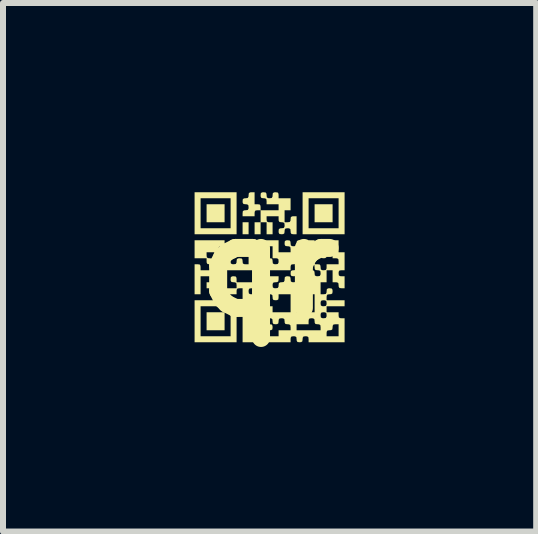
<source format=kicad_pcb>
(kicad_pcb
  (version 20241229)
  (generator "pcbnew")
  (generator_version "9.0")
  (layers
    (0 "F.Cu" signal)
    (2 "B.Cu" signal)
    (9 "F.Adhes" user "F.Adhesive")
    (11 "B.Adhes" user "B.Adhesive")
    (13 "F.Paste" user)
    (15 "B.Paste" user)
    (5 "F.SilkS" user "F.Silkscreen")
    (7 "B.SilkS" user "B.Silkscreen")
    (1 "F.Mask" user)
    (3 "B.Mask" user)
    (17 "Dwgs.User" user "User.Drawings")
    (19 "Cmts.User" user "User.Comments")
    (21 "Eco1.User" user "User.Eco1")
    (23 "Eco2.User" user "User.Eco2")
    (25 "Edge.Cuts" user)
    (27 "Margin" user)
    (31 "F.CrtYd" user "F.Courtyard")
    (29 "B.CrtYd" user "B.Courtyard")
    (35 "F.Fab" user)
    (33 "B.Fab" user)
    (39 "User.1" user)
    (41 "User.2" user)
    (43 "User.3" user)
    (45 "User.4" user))
  (footprint "qr"
    (layer "F.Cu")
    (at 1.443 1.404)
    (property "Reference" "qr" (at 0 0 0) (layer "F.SilkS") (effects (font (size 1.5 1.5) (thickness 0.3))))
    (attr board_only exclude_from_pos_files exclude_from_bom)
    (fp_poly (pts (xy -0.75 -0.9) (xy -0.75 -0.75) (xy -0.9 -0.75) (xy -1.05 -0.75) (xy -1.05 -0.9) (xy -1.05 -1.05) (xy -0.9 -1.05) (xy -0.75 -1.05)) (stroke (width 0) (type solid)) (fill yes) (layer "F.SilkS"))
    (fp_poly (pts (xy -0.75 0.9) (xy -0.75 1.05) (xy -0.9 1.05) (xy -1.05 1.05) (xy -1.05 0.9) (xy -1.05 0.75) (xy -0.9 0.75) (xy -0.75 0.75)) (stroke (width 0) (type solid)) (fill yes) (layer "F.SilkS"))
    (fp_poly (pts (xy -0.35 -0.65) (xy -0.35 -0.55) (xy -0.4 -0.55) (xy -0.45 -0.55) (xy -0.45 -0.65) (xy -0.45 -0.75) (xy -0.4 -0.75) (xy -0.35 -0.75)) (stroke (width 0) (type solid)) (fill yes) (layer "F.SilkS"))
    (fp_poly (pts (xy 1.05 -0.9) (xy 1.05 -0.75) (xy 0.9 -0.75) (xy 0.75 -0.75) (xy 0.75 -0.9) (xy 0.75 -1.05) (xy 0.9 -1.05) (xy 1.05 -1.05)) (stroke (width 0) (type solid)) (fill yes) (layer "F.SilkS"))
    (fp_poly (pts (xy 0.635 0.554) (xy 0.648 0.574) (xy 0.65 0.6) (xy 0.646 0.635) (xy 0.626 0.648) (xy 0.6 0.65) (xy 0.565 0.646) (xy 0.552 0.626) (xy 0.55 0.6) (xy 0.554 0.565) (xy 0.574 0.552) (xy 0.6 0.55)) (stroke (width 0) (type solid)) (fill yes) (layer "F.SilkS"))
    (fp_poly (pts (xy 0.935 -0.446) (xy 0.948 -0.426) (xy 0.95 -0.4) (xy 0.946 -0.365) (xy 0.926 -0.352) (xy 0.9 -0.35) (xy 0.865 -0.354) (xy 0.852 -0.374) (xy 0.85 -0.4) (xy 0.854 -0.435) (xy 0.874 -0.448) (xy 0.9 -0.45)) (stroke (width 0) (type solid)) (fill yes) (layer "F.SilkS"))
    (fp_poly (pts (xy 0.935 -0.246) (xy 0.948 -0.226) (xy 0.95 -0.2) (xy 0.946 -0.165) (xy 0.926 -0.152) (xy 0.9 -0.15) (xy 0.865 -0.154) (xy 0.852 -0.174) (xy 0.85 -0.2) (xy 0.854 -0.235) (xy 0.874 -0.248) (xy 0.9 -0.25)) (stroke (width 0) (type solid)) (fill yes) (layer "F.SilkS"))
    (fp_poly (pts (xy -0.55 -0.9) (xy -0.55 -0.55) (xy -0.9 -0.55) (xy -1.25 -0.55) (xy -1.25 -0.9) (xy -1.15 -0.9) (xy -1.15 -0.65) (xy -0.9 -0.65) (xy -0.65 -0.65) (xy -0.65 -0.9) (xy -0.65 -1.15) (xy -0.9 -1.15) (xy -1.15 -1.15) (xy -1.15 -0.9) (xy -1.25 -0.9) (xy -1.25 -1.25) (xy -0.9 -1.25) (xy -0.55 -1.25)) (stroke (width 0) (type solid)) (fill yes) (layer "F.SilkS"))
    (fp_poly (pts (xy -0.55 0.9) (xy -0.55 1.25) (xy -0.9 1.25) (xy -1.25 1.25) (xy -1.25 0.9) (xy -1.15 0.9) (xy -1.15 1.15) (xy -0.9 1.15) (xy -0.65 1.15) (xy -0.65 0.9) (xy -0.65 0.65) (xy -0.9 0.65) (xy -1.15 0.65) (xy -1.15 0.9) (xy -1.25 0.9) (xy -1.25 0.55) (xy -0.9 0.55) (xy -0.55 0.55)) (stroke (width 0) (type solid)) (fill yes) (layer "F.SilkS"))
    (fp_poly (pts (xy 1.25 -0.9) (xy 1.25 -0.55) (xy 0.9 -0.55) (xy 0.55 -0.55) (xy 0.55 -0.9) (xy 0.65 -0.9) (xy 0.65 -0.65) (xy 0.9 -0.65) (xy 1.15 -0.65) (xy 1.15 -0.9) (xy 1.15 -1.15) (xy 0.9 -1.15) (xy 0.65 -1.15) (xy 0.65 -0.9) (xy 0.55 -0.9) (xy 0.55 -1.25) (xy 0.9 -1.25) (xy 1.25 -1.25)) (stroke (width 0) (type solid)) (fill yes) (layer "F.SilkS"))
    (fp_poly (pts (xy 0.65 0) (xy 0.65 0.05) (xy 0.55 0.05) (xy 0.45 0.05) (xy 0.45 0.1) (xy 0.446 0.135) (xy 0.426 0.148) (xy 0.4 0.15) (xy 0.365 0.146) (xy 0.352 0.126) (xy 0.35 0.1) (xy 0.354 0.065) (xy 0.374 0.052) (xy 0.4 0.05) (xy 0.435 0.046) (xy 0.448 0.026) (xy 0.45 0) (xy 0.45 -0.05) (xy 0.55 -0.05) (xy 0.65 -0.05)) (stroke (width 0) (type solid)) (fill yes) (layer "F.SilkS"))
    (fp_poly (pts (xy -0.25 -1.15) (xy -0.25 -1.05) (xy -0.2 -1.05) (xy -0.165 -1.046) (xy -0.152 -1.026) (xy -0.15 -1) (xy -0.15 -0.95) (xy 0 -0.95) (xy 0.15 -0.95) (xy 0.15 -1) (xy 0.15 -1.05) (xy 0.05 -1.05) (xy -0.05 -1.05) (xy -0.05 -1.1) (xy -0.054 -1.135) (xy -0.074 -1.148) (xy -0.1 -1.15) (xy -0.135 -1.154) (xy -0.148 -1.174) (xy -0.15 -1.2) (xy -0.146 -1.235) (xy -0.126 -1.248) (xy -0.1 -1.25) (xy -0.065 -1.246) (xy -0.052 -1.226) (xy -0.05 -1.2) (xy -0.046 -1.165) (xy -0.026 -1.152) (xy 0 -1.15) (xy 0.035 -1.154) (xy 0.048 -1.174) (xy 0.05 -1.2) (xy 0.054 -1.235) (xy 0.074 -1.248) (xy 0.1 -1.25) (xy 0.135 -1.246) (xy 0.148 -1.226) (xy 0.15 -1.2) (xy 0.15 -1.15) (xy 0.25 -1.15) (xy 0.35 -1.15) (xy 0.35 -1.05) (xy 0.35 -0.95) (xy 0.3 -0.95) (xy 0.25 -0.95) (xy 0.25 -0.85) (xy 0.25 -0.75) (xy 0.3 -0.75) (xy 0.335 -0.754) (xy 0.348 -0.774) (xy 0.35 -0.8) (xy 0.354 -0.835) (xy 0.374 -0.848) (xy 0.4 -0.85) (xy 0.45 -0.85) (xy 0.45 -0.7) (xy 0.45 -0.55) (xy 0.4 -0.55) (xy 0.365 -0.554) (xy 0.352 -0.574) (xy 0.35 -0.6) (xy 0.346 -0.635) (xy 0.326 -0.648) (xy 0.3 -0.65) (xy 0.265 -0.646) (xy 0.252 -0.626) (xy 0.25 -0.6) (xy 0.246 -0.565) (xy 0.226 -0.552) (xy 0.2 -0.55) (xy 0.165 -0.554) (xy 0.152 -0.574) (xy 0.15 -0.6) (xy 0.154 -0.635) (xy 0.174 -0.648) (xy 0.2 -0.65) (xy 0.235 -0.654) (xy 0.248 -0.674) (xy 0.25 -0.7) (xy 0.246 -0.735) (xy 0.226 -0.748) (xy 0.2 -0.75) (xy 0.165 -0.754) (xy 0.152 -0.774) (xy 0.15 -0.8) (xy 0.15 -0.85) (xy 0.05 -0.85) (xy -0.05 -0.85) (xy -0.05 -0.8) (xy -0.046 -0.765) (xy -0.026 -0.752) (xy 0 -0.75) (xy 0.05 -0.75) (xy 0.05 -0.65) (xy 0.05 -0.55) (xy 0 -0.55) (xy -0.05 -0.55) (xy -0.05 -0.65) (xy -0.05 -0.75) (xy -0.1 -0.75) (xy -0.15 -0.75) (xy -0.15 -0.65) (xy -0.15 -0.55) (xy -0.2 -0.55) (xy -0.25 -0.55) (xy -0.25 -0.65) (xy -0.25 -0.75) (xy -0.2 -0.75) (xy -0.15 -0.75) (xy -0.15 -0.85) (xy -0.15 -0.95) (xy -0.2 -0.95) (xy -0.235 -0.946) (xy -0.248 -0.926) (xy -0.25 -0.9) (xy -0.25 -0.85) (xy -0.35 -0.85) (xy -0.45 -0.85) (xy -0.45 -0.9) (xy -0.446 -0.935) (xy -0.426 -0.948) (xy -0.4 -0.95) (xy -0.365 -0.954) (xy -0.352 -0.974) (xy -0.35 -1) (xy -0.354 -1.035) (xy -0.374 -1.048) (xy -0.4 -1.05) (xy -0.435 -1.054) (xy -0.448 -1.074) (xy -0.45 -1.1) (xy -0.446 -1.135) (xy -0.426 -1.148) (xy -0.4 -1.15) (xy -0.365 -1.154) (xy -0.352 -1.174) (xy -0.35 -1.2) (xy -0.346 -1.235) (xy -0.326 -1.248) (xy -0.3 -1.25) (xy -0.25 -1.25)) (stroke (width 0) (type solid)) (fill yes) (layer "F.SilkS"))
    (fp_poly (pts (xy -0.75 -0.4) (xy -0.754 -0.365) (xy -0.774 -0.352) (xy -0.8 -0.35) (xy -0.835 -0.346) (xy -0.848 -0.326) (xy -0.85 -0.3) (xy -0.85 -0.25) (xy -0.7 -0.25) (xy -0.55 -0.25) (xy -0.55 -0.3) (xy -0.554 -0.335) (xy -0.574 -0.348) (xy -0.6 -0.35) (xy -0.635 -0.354) (xy -0.648 -0.374) (xy -0.65 -0.4) (xy -0.65 -0.45) (xy -0.25 -0.45) (xy 0.15 -0.45) (xy 0.15 -0.35) (xy 0.15 -0.25) (xy 0.25 -0.25) (xy 0.35 -0.25) (xy 0.35 -0.3) (xy 0.346 -0.335) (xy 0.326 -0.348) (xy 0.3 -0.35) (xy 0.265 -0.354) (xy 0.252 -0.374) (xy 0.25 -0.4) (xy 0.254 -0.435) (xy 0.274 -0.448) (xy 0.3 -0.45) (xy 0.335 -0.446) (xy 0.348 -0.426) (xy 0.35 -0.4) (xy 0.354 -0.365) (xy 0.374 -0.352) (xy 0.4 -0.35) (xy 0.435 -0.354) (xy 0.448 -0.374) (xy 0.45 -0.4) (xy 0.454 -0.435) (xy 0.474 -0.448) (xy 0.5 -0.45) (xy 0.535 -0.446) (xy 0.548 -0.426) (xy 0.55 -0.4) (xy 0.546 -0.365) (xy 0.526 -0.352) (xy 0.5 -0.35) (xy 0.465 -0.346) (xy 0.452 -0.326) (xy 0.45 -0.3) (xy 0.45 -0.25) (xy 0.55 -0.25) (xy 0.65 -0.25) (xy 0.65 -0.35) (xy 0.65 -0.45) (xy 0.7 -0.45) (xy 0.75 -0.45) (xy 0.75 -0.25) (xy 0.75 -0.05) (xy 0.8 -0.05) (xy 0.835 -0.046) (xy 0.848 -0.026) (xy 0.85 0) (xy 0.854 0.035) (xy 0.874 0.048) (xy 0.9 0.05) (xy 0.935 0.046) (xy 0.948 0.026) (xy 0.95 0) (xy 0.95 -0.05) (xy 1.05 -0.05) (xy 1.15 -0.05) (xy 1.15 -0.1) (xy 1.146 -0.135) (xy 1.126 -0.148) (xy 1.1 -0.15) (xy 1.05 -0.15) (xy 1.05 -0.3) (xy 1.05 -0.45) (xy 1.1 -0.45) (xy 1.15 -0.45) (xy 1.15 -0.35) (xy 1.15 -0.25) (xy 1.2 -0.25) (xy 1.25 -0.25) (xy 1.25 -0.1) (xy 1.25 0.05) (xy 1.2 0.05) (xy 1.165 0.054) (xy 1.152 0.074) (xy 1.15 0.1) (xy 1.154 0.135) (xy 1.174 0.148) (xy 1.2 0.15) (xy 1.25 0.15) (xy 1.25 0.25) (xy 1.25 0.35) (xy 1.2 0.35) (xy 1.165 0.346) (xy 1.152 0.326) (xy 1.15 0.3) (xy 1.146 0.265) (xy 1.126 0.252) (xy 1.1 0.25) (xy 1.05 0.25) (xy 1.05 0.15) (xy 1.05 0.05) (xy 1 0.05) (xy 0.95 0.05) (xy 0.95 0.15) (xy 0.95 0.25) (xy 0.9 0.25) (xy 0.85 0.25) (xy 0.85 0.35) (xy 0.85 0.45) (xy 0.9 0.45) (xy 0.935 0.446) (xy 0.948 0.426) (xy 0.95 0.4) (xy 0.954 0.365) (xy 0.974 0.352) (xy 1 0.35) (xy 1.035 0.354) (xy 1.048 0.374) (xy 1.05 0.4) (xy 1.046 0.435) (xy 1.026 0.448) (xy 1 0.45) (xy 0.965 0.454) (xy 0.952 0.474) (xy 0.95 0.5) (xy 0.95 0.55) (xy 1.1 0.55) (xy 1.25 0.55) (xy 1.25 0.6) (xy 1.25 0.65) (xy 1.1 0.65) (xy 0.95 0.65) (xy 0.95 0.7) (xy 0.95 0.75) (xy 1.05 0.75) (xy 1.15 0.75) (xy 1.15 0.8) (xy 1.154 0.835) (xy 1.174 0.848) (xy 1.2 0.85) (xy 1.25 0.85) (xy 1.25 1.05) (xy 1.25 1.25) (xy 0.95 1.25) (xy 0.65 1.25) (xy 0.65 1.2) (xy 0.646 1.165) (xy 0.626 1.152) (xy 0.6 1.15) (xy 0.565 1.154) (xy 0.552 1.174) (xy 0.55 1.2) (xy 0.546 1.235) (xy 0.526 1.248) (xy 0.5 1.25) (xy 0.465 1.246) (xy 0.452 1.226) (xy 0.45 1.2) (xy 0.446 1.165) (xy 0.426 1.152) (xy 0.4 1.15) (xy 0.365 1.154) (xy 0.352 1.174) (xy 0.35 1.2) (xy 0.35 1.25) (xy 0.1 1.25) (xy -0.15 1.25) (xy -0.15 1.15) (xy -0.15 1.05) (xy -0.1 1.05) (xy -0.065 1.046) (xy -0.052 1.026) (xy -0.05 1) (xy -0.054 0.965) (xy -0.074 0.952) (xy -0.1 0.95) (xy -0.135 0.946) (xy -0.148 0.926) (xy -0.15 0.9) (xy -0.05 0.9) (xy -0.046 0.935) (xy -0.026 0.948) (xy 0 0.95) (xy 0.035 0.954) (xy 0.048 0.974) (xy 0.05 1) (xy 0.046 1.035) (xy 0.026 1.048) (xy 0 1.05) (xy -0.035 1.054) (xy -0.048 1.074) (xy -0.05 1.1) (xy -0.05 1.15) (xy 0.05 1.15) (xy 0.15 1.15) (xy 0.15 1.1) (xy 0.95 1.1) (xy 0.95 1.15) (xy 1.05 1.15) (xy 1.15 1.15) (xy 1.15 1.05) (xy 1.15 0.95) (xy 1.1 0.95) (xy 1.065 0.954) (xy 1.052 0.974) (xy 1.05 1) (xy 1.046 1.035) (xy 1.026 1.048) (xy 1 1.05) (xy 0.965 1.054) (xy 0.952 1.074) (xy 0.95 1.1) (xy 0.15 1.1) (xy 0.15 1.05) (xy 0.25 1.05) (xy 0.35 1.05) (xy 0.35 1) (xy 0.346 0.965) (xy 0.326 0.952) (xy 0.3 0.95) (xy 0.45 0.95) (xy 0.45 1) (xy 0.45 1.05) (xy 0.65 1.05) (xy 0.85 1.05) (xy 0.85 1) (xy 0.846 0.965) (xy 0.826 0.952) (xy 0.8 0.95) (xy 0.765 0.946) (xy 0.752 0.926) (xy 0.75 0.9) (xy 0.746 0.865) (xy 0.726 0.852) (xy 0.7 0.85) (xy 0.665 0.854) (xy 0.652 0.874) (xy 0.65 0.9) (xy 0.65 0.95) (xy 0.55 0.95) (xy 0.45 0.95) (xy 0.3 0.95) (xy 0.265 0.946) (xy 0.252 0.926) (xy 0.25 0.9) (xy 0.246 0.865) (xy 0.226 0.852) (xy 0.2 0.85) (xy 0.165 0.854) (xy 0.152 0.874) (xy 0.15 0.9) (xy 0.146 0.935) (xy 0.126 0.948) (xy 0.1 0.95) (xy 0.065 0.946) (xy 0.052 0.926) (xy 0.05 0.9) (xy 0.046 0.865) (xy 0.026 0.852) (xy 0 0.85) (xy -0.035 0.854) (xy -0.048 0.874) (xy -0.05 0.9) (xy -0.15 0.9) (xy -0.146 0.865) (xy -0.126 0.852) (xy -0.1 0.85) (xy -0.065 0.846) (xy -0.052 0.826) (xy -0.05 0.8) (xy 0.85 0.8) (xy 0.854 0.835) (xy 0.874 0.848) (xy 0.9 0.85) (xy 0.935 0.846) (xy 0.948 0.826) (xy 0.95 0.8) (xy 0.946 0.765) (xy 0.926 0.752) (xy 0.9 0.75) (xy 0.865 0.754) (xy 0.852 0.774) (xy 0.85 0.8) (xy -0.05 0.8) (xy -0.054 0.765) (xy -0.074 0.752) (xy -0.1 0.75) (xy -0.135 0.746) (xy -0.148 0.726) (xy -0.15 0.7) (xy -0.154 0.665) (xy -0.174 0.652) (xy -0.2 0.65) (xy -0.25 0.65) (xy -0.25 0.95) (xy -0.25 1.25) (xy -0.35 1.25) (xy -0.45 1.25) (xy -0.45 1) (xy -0.45 0.75) (xy -0.4 0.75) (xy -0.365 0.746) (xy -0.352 0.726) (xy -0.35 0.7) (xy -0.354 0.665) (xy -0.374 0.652) (xy -0.4 0.65) (xy -0.45 0.65) (xy -0.45 0.6) (xy -0.35 0.6) (xy -0.346 0.635) (xy -0.326 0.648) (xy -0.3 0.65) (xy -0.265 0.646) (xy -0.252 0.626) (xy -0.25 0.6) (xy -0.15 0.6) (xy -0.15 0.65) (xy -0.05 0.65) (xy 0.05 0.65) (xy 0.05 0.7) (xy 0.05 0.75) (xy 0.2 0.75) (xy 0.35 0.75) (xy 0.35 0.6) (xy 0.45 0.6) (xy 0.45 0.75) (xy 0.6 0.75) (xy 0.75 0.75) (xy 0.75 0.6) (xy 0.85 0.6) (xy 0.854 0.635) (xy 0.874 0.648) (xy 0.9 0.65) (xy 0.935 0.646) (xy 0.948 0.626) (xy 0.95 0.6) (xy 0.946 0.565) (xy 0.926 0.552) (xy 0.9 0.55) (xy 0.865 0.554) (xy 0.852 0.574) (xy 0.85 0.6) (xy 0.75 0.6) (xy 0.75 0.45) (xy 0.6 0.45) (xy 0.45 0.45) (xy 0.45 0.6) (xy 0.35 0.6) (xy 0.35 0.45) (xy 0.25 0.45) (xy 0.15 0.45) (xy 0.15 0.5) (xy 0.146 0.535) (xy 0.126 0.548) (xy 0.1 0.55) (xy 0.065 0.546) (xy 0.052 0.526) (xy 0.05 0.5) (xy 0.046 0.465) (xy 0.026 0.452) (xy 0 0.45) (xy -0.035 0.454) (xy -0.048 0.474) (xy -0.05 0.5) (xy -0.054 0.535) (xy -0.074 0.548) (xy -0.1 0.55) (xy -0.135 0.554) (xy -0.148 0.574) (xy -0.15 0.6) (xy -0.25 0.6) (xy -0.254 0.565) (xy -0.274 0.552) (xy -0.3 0.55) (xy -0.335 0.554) (xy -0.348 0.574) (xy -0.35 0.6) (xy -0.45 0.6) (xy -0.45 0.5) (xy -0.45 0.4) (xy -0.35 0.4) (xy -0.346 0.435) (xy -0.326 0.448) (xy -0.3 0.45) (xy -0.265 0.446) (xy -0.252 0.426) (xy -0.25 0.4) (xy -0.254 0.365) (xy -0.274 0.352) (xy -0.3 0.35) (xy -0.335 0.354) (xy -0.348 0.374) (xy -0.35 0.4) (xy -0.45 0.4) (xy -0.45 0.35) (xy -0.5 0.35) (xy -0.535 0.354) (xy -0.548 0.374) (xy -0.55 0.4) (xy -0.55 0.45) (xy -0.65 0.45) (xy -0.75 0.45) (xy -0.75 0.4) (xy -0.75 0.35) (xy -0.9 0.35) (xy -1.05 0.35) (xy -1.05 0.3) (xy -1.05 0.25) (xy -0.95 0.25) (xy -0.85 0.25) (xy -0.85 0.2) (xy -0.85 0.15) (xy -1 0.15) (xy -1.15 0.15) (xy -1.15 0.3) (xy -1.15 0.45) (xy -1.2 0.45) (xy -1.25 0.45) (xy -1.25 0.2) (xy -1.25 -0.05) (xy -1.2 -0.05) (xy -1.165 -0.046) (xy -1.152 -0.026) (xy -1.15 0) (xy -1.15 0.05) (xy -1 0.05) (xy -0.85 0.05) (xy -0.85 0.1) (xy -0.846 0.135) (xy -0.826 0.148) (xy -0.8 0.15) (xy -0.75 0.15) (xy -0.75 0.25) (xy -0.75 0.35) (xy -0.65 0.35) (xy -0.55 0.35) (xy -0.55 0.3) (xy -0.554 0.265) (xy -0.574 0.252) (xy -0.6 0.25) (xy -0.635 0.246) (xy -0.648 0.226) (xy -0.65 0.2) (xy -0.646 0.165) (xy -0.626 0.152) (xy -0.6 0.15) (xy -0.565 0.154) (xy -0.552 0.174) (xy -0.55 0.2) (xy -0.55 0.25) (xy -0.35 0.25) (xy -0.15 0.25) (xy -0.15 0.3) (xy -0.146 0.335) (xy -0.126 0.348) (xy -0.1 0.35) (xy -0.05 0.35) (xy -0.05 0.25) (xy -0.05 0.15) (xy 0.05 0.15) (xy 0.15 0.15) (xy 0.15 0.2) (xy 0.146 0.235) (xy 0.126 0.248) (xy 0.1 0.25) (xy 0.065 0.254) (xy 0.052 0.274) (xy 0.05 0.3) (xy 0.054 0.335) (xy 0.074 0.348) (xy 0.1 0.35) (xy 0.135 0.346) (xy 0.148 0.326) (xy 0.15 0.3) (xy 0.154 0.265) (xy 0.174 0.252) (xy 0.2 0.25) (xy 0.235 0.246) (xy 0.248 0.226) (xy 0.25 0.2) (xy 0.254 0.165) (xy 0.274 0.152) (xy 0.3 0.15) (xy 0.335 0.154) (xy 0.348 0.174) (xy 0.35 0.2) (xy 0.354 0.235) (xy 0.374 0.248) (xy 0.4 0.25) (xy 0.435 0.246) (xy 0.448 0.226) (xy 0.45 0.2) (xy 0.454 0.165) (xy 0.474 0.152) (xy 0.5 0.15) (xy 0.55 0.15) (xy 0.55 0.25) (xy 0.55 0.35) (xy 0.6 0.35) (xy 0.65 0.35) (xy 0.65 0.2) (xy 0.65 0.05) (xy 0.7 0.05) (xy 0.735 0.054) (xy 0.748 0.074) (xy 0.75 0.1) (xy 0.754 0.135) (xy 0.774 0.148) (xy 0.8 0.15) (xy 0.835 0.146) (xy 0.848 0.126) (xy 0.85 0.1) (xy 0.846 0.065) (xy 0.826 0.052) (xy 0.8 0.05) (xy 0.765 0.046) (xy 0.752 0.026) (xy 0.75 0) (xy 0.746 -0.035) (xy 0.726 -0.048) (xy 0.7 -0.05) (xy 0.665 -0.054) (xy 0.652 -0.074) (xy 0.65 -0.1) (xy 0.65 -0.15) (xy 0.55 -0.15) (xy 0.45 -0.15) (xy 0.45 -0.1) (xy 0.446 -0.065) (xy 0.426 -0.052) (xy 0.4 -0.05) (xy 0.365 -0.046) (xy 0.352 -0.026) (xy 0.35 0) (xy 0.35 0.05) (xy 0.15 0.05) (xy -0.05 0.05) (xy -0.05 0.1) (xy -0.05 0.15) (xy -0.15 0.15) (xy -0.25 0.15) (xy -0.25 0.1) (xy -0.25 0.05) (xy -0.5 0.05) (xy -0.75 0.05) (xy -0.75 0) (xy -0.754 -0.035) (xy -0.774 -0.048) (xy -0.8 -0.05) (xy -0.85 -0.05) (xy -0.85 -0.1) (xy -0.65 -0.1) (xy -0.646 -0.065) (xy -0.626 -0.052) (xy -0.6 -0.05) (xy -0.565 -0.054) (xy -0.552 -0.074) (xy -0.55 -0.1) (xy -0.546 -0.135) (xy -0.526 -0.148) (xy -0.5 -0.15) (xy -0.465 -0.146) (xy -0.452 -0.126) (xy -0.45 -0.1) (xy -0.446 -0.065) (xy -0.426 -0.052) (xy -0.4 -0.05) (xy -0.35 -0.05) (xy -0.35 -0.2) (xy -0.35 -0.25) (xy -0.25 -0.25) (xy -0.25 -0.15) (xy -0.2 -0.15) (xy -0.165 -0.146) (xy -0.152 -0.126) (xy -0.15 -0.1) (xy -0.154 -0.065) (xy -0.174 -0.052) (xy -0.2 -0.05) (xy -0.235 -0.046) (xy -0.248 -0.026) (xy -0.25 0) (xy -0.246 0.035) (xy -0.226 0.048) (xy -0.2 0.05) (xy -0.165 0.046) (xy -0.152 0.026) (xy -0.15 0) (xy -0.146 -0.035) (xy -0.126 -0.048) (xy -0.1 -0.05) (xy -0.065 -0.054) (xy -0.052 -0.074) (xy -0.05 -0.1) (xy -0.046 -0.135) (xy -0.026 -0.148) (xy 0 -0.15) (xy 0.035 -0.146) (xy 0.048 -0.126) (xy 0.05 -0.1) (xy 0.054 -0.065) (xy 0.074 -0.052) (xy 0.1 -0.05) (xy 0.135 -0.054) (xy 0.148 -0.074) (xy 0.15 -0.1) (xy 0.146 -0.135) (xy 0.126 -0.148) (xy 0.1 -0.15) (xy 0.05 -0.15) (xy 0.05 -0.25) (xy 0.05 -0.35) (xy 0 -0.35) (xy -0.035 -0.346) (xy -0.048 -0.326) (xy -0.05 -0.3) (xy -0.054 -0.265) (xy -0.074 -0.252) (xy -0.1 -0.25) (xy -0.135 -0.254) (xy -0.148 -0.274) (xy -0.15 -0.3) (xy -0.154 -0.335) (xy -0.174 -0.348) (xy -0.2 -0.35) (xy -0.25 -0.35) (xy -0.25 -0.25) (xy -0.35 -0.25) (xy -0.35 -0.35) (xy -0.4 -0.35) (xy -0.435 -0.346) (xy -0.448 -0.326) (xy -0.45 -0.3) (xy -0.454 -0.265) (xy -0.474 -0.252) (xy -0.5 -0.25) (xy -0.535 -0.246) (xy -0.548 -0.226) (xy -0.55 -0.2) (xy -0.554 -0.165) (xy -0.574 -0.152) (xy -0.6 -0.15) (xy -0.635 -0.146) (xy -0.648 -0.126) (xy -0.65 -0.1) (xy -0.85 -0.1) (xy -0.85 -0.15) (xy -0.85 -0.25) (xy -0.95 -0.25) (xy -1.05 -0.25) (xy -1.05 -0.2) (xy -1.046 -0.165) (xy -1.026 -0.152) (xy -1 -0.15) (xy -0.965 -0.146) (xy -0.952 -0.126) (xy -0.95 -0.1) (xy -0.954 -0.065) (xy -0.974 -0.052) (xy -1 -0.05) (xy -1.035 -0.054) (xy -1.048 -0.074) (xy -1.05 -0.1) (xy -1.05 -0.15) (xy -1.15 -0.15) (xy -1.25 -0.15) (xy -1.25 -0.3) (xy -1.25 -0.45) (xy -1 -0.45) (xy -0.75 -0.45)) (stroke (width 0) (type solid)) (fill yes) (layer "F.SilkS")))
  (gr_rect
    (start -3 -3)
    (end 5.886 5.808)
    (stroke (width 0.1) (type default))
    (fill no)
    (layer "Edge.Cuts")))
</source>
